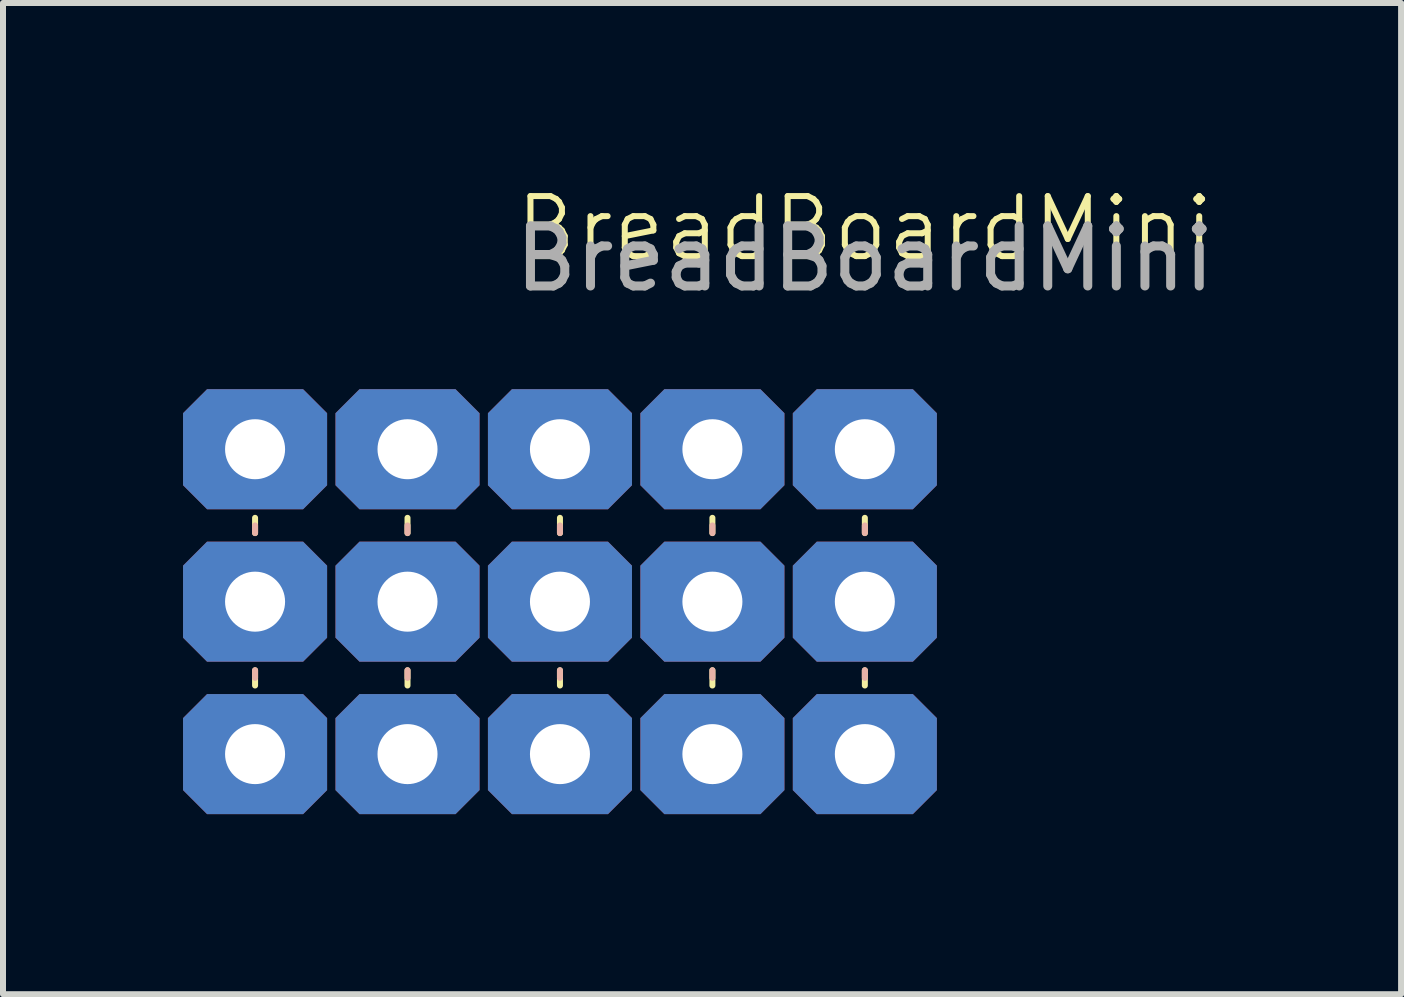
<source format=kicad_pcb>
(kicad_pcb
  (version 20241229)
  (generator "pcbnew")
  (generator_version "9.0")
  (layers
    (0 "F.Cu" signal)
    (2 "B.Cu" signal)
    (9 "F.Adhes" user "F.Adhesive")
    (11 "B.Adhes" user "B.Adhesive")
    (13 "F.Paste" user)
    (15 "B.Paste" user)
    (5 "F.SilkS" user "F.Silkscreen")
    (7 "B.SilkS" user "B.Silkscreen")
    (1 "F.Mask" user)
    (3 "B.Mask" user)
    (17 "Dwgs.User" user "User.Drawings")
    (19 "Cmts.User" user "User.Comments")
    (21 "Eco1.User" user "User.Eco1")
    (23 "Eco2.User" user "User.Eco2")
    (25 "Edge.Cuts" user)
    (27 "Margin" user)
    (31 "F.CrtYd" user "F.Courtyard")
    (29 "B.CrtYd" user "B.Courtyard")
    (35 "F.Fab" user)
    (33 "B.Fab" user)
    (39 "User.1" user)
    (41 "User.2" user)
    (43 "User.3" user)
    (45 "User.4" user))
  (footprint "BreadBoardMini"
    (layer "F.Cu")
    (at 6.28 2.53)
    (property "Reference" "BreadBoardMini" (at 5.08 -1.77 0) (unlocked yes) (layer "F.SilkS") (effects (font (size 1 1) (thickness 0.1))))
    (attr through_hole)
    (fp_line (start -5.08 3.048) (end -5.08 3.302) (stroke (width 0.1) (type default)) (layer "F.SilkS"))
    (fp_line (start -5.08 5.842) (end -5.08 5.588) (stroke (width 0.1) (type default)) (layer "F.SilkS"))
    (fp_line (start -2.54 3.048) (end -2.54 3.302) (stroke (width 0.1) (type default)) (layer "F.SilkS"))
    (fp_line (start -2.54 5.842) (end -2.54 5.588) (stroke (width 0.1) (type default)) (layer "F.SilkS"))
    (fp_line (start 0 3.048) (end 0 3.302) (stroke (width 0.1) (type default)) (layer "F.SilkS"))
    (fp_line (start 0 5.842) (end 0 5.588) (stroke (width 0.1) (type default)) (layer "F.SilkS"))
    (fp_line (start 2.54 3.048) (end 2.54 3.302) (stroke (width 0.1) (type default)) (layer "F.SilkS"))
    (fp_line (start 2.54 5.842) (end 2.54 5.588) (stroke (width 0.1) (type default)) (layer "F.SilkS"))
    (fp_line (start 5.08 3.048) (end 5.08 3.302) (stroke (width 0.1) (type default)) (layer "F.SilkS"))
    (fp_line (start 5.08 5.842) (end 5.08 5.588) (stroke (width 0.1) (type default)) (layer "F.SilkS"))
    (fp_line (start -5.08 3.175) (end -5.08 3.302) (stroke (width 0.1) (type default)) (layer "B.SilkS"))
    (fp_line (start -5.08 5.715) (end -5.08 5.588) (stroke (width 0.1) (type default)) (layer "B.SilkS"))
    (fp_line (start -2.54 3.175) (end -2.54 3.302) (stroke (width 0.1) (type default)) (layer "B.SilkS"))
    (fp_line (start -2.54 5.715) (end -2.54 5.588) (stroke (width 0.1) (type default)) (layer "B.SilkS"))
    (fp_line (start 0 3.175) (end 0 3.302) (stroke (width 0.1) (type default)) (layer "B.SilkS"))
    (fp_line (start 0 5.715) (end 0 5.588) (stroke (width 0.1) (type default)) (layer "B.SilkS"))
    (fp_line (start 2.54 3.175) (end 2.54 3.302) (stroke (width 0.1) (type default)) (layer "B.SilkS"))
    (fp_line (start 2.54 5.715) (end 2.54 5.588) (stroke (width 0.1) (type default)) (layer "B.SilkS"))
    (fp_line (start 5.08 3.175) (end 5.08 3.302) (stroke (width 0.1) (type default)) (layer "B.SilkS"))
    (fp_line (start 5.08 5.715) (end 5.08 5.588) (stroke (width 0.1) (type default)) (layer "B.SilkS"))
    (fp_text user "${REFERENCE}" (at 5.08 -1.27 0) (unlocked yes) (layer "F.Fab") (effects (font (size 1 1) (thickness 0.15))))
    (pad "1" thru_hole roundrect (at -5.08 1.905) (size 2.4 2) (drill 1) (layers "*.Cu" "*.Mask") (roundrect_rratio 0) (chamfer_ratio 0.2) (chamfer top_left top_right bottom_left bottom_right))
    (pad "1" thru_hole roundrect (at -5.08 4.445) (size 2.4 2) (drill 1) (layers "*.Cu" "*.Mask") (roundrect_rratio 0) (chamfer_ratio 0.2) (chamfer top_left top_right bottom_left bottom_right))
    (pad "1" thru_hole roundrect (at -5.08 6.985 180) (size 2.4 2) (drill 1) (layers "*.Cu" "*.Mask") (roundrect_rratio 0) (chamfer_ratio 0.2) (chamfer top_left top_right bottom_left bottom_right))
    (pad "2" thru_hole roundrect (at -2.54 1.905) (size 2.4 2) (drill 1) (layers "*.Cu" "*.Mask") (roundrect_rratio 0) (chamfer_ratio 0.2) (chamfer top_left top_right bottom_left bottom_right))
    (pad "2" thru_hole roundrect (at -2.54 4.445) (size 2.4 2) (drill 1) (layers "*.Cu" "*.Mask") (roundrect_rratio 0) (chamfer_ratio 0.2) (chamfer top_left top_right bottom_left bottom_right))
    (pad "2" thru_hole roundrect (at -2.54 6.985 180) (size 2.4 2) (drill 1) (layers "*.Cu" "*.Mask") (roundrect_rratio 0) (chamfer_ratio 0.2) (chamfer top_left top_right bottom_left bottom_right))
    (pad "3" thru_hole roundrect (at 0 1.905) (size 2.4 2) (drill 1) (layers "*.Cu" "*.Mask") (roundrect_rratio 0) (chamfer_ratio 0.2) (chamfer top_left top_right bottom_left bottom_right))
    (pad "3" thru_hole roundrect (at 0 4.445) (size 2.4 2) (drill 1) (layers "*.Cu" "*.Mask") (roundrect_rratio 0) (chamfer_ratio 0.2) (chamfer top_left top_right bottom_left bottom_right))
    (pad "3" thru_hole roundrect (at 0 6.985 180) (size 2.4 2) (drill 1) (layers "*.Cu" "*.Mask") (roundrect_rratio 0) (chamfer_ratio 0.2) (chamfer top_left top_right bottom_left bottom_right))
    (pad "4" thru_hole roundrect (at 2.54 1.905) (size 2.4 2) (drill 1) (layers "*.Cu" "*.Mask") (roundrect_rratio 0) (chamfer_ratio 0.2) (chamfer top_left top_right bottom_left bottom_right))
    (pad "4" thru_hole roundrect (at 2.54 4.445) (size 2.4 2) (drill 1) (layers "*.Cu" "*.Mask") (roundrect_rratio 0) (chamfer_ratio 0.2) (chamfer top_left top_right bottom_left bottom_right))
    (pad "4" thru_hole roundrect (at 2.54 6.985 180) (size 2.4 2) (drill 1) (layers "*.Cu" "*.Mask") (roundrect_rratio 0) (chamfer_ratio 0.2) (chamfer top_left top_right bottom_left bottom_right))
    (pad "5" thru_hole roundrect (at 5.08 1.905) (size 2.4 2) (drill 1) (layers "*.Cu" "*.Mask") (roundrect_rratio 0) (chamfer_ratio 0.2) (chamfer top_left top_right bottom_left bottom_right))
    (pad "5" thru_hole roundrect (at 5.08 4.445) (size 2.4 2) (drill 1) (layers "*.Cu" "*.Mask") (roundrect_rratio 0) (chamfer_ratio 0.2) (chamfer top_left top_right bottom_left bottom_right))
    (pad "5" thru_hole roundrect (at 5.08 6.985 180) (size 2.4 2) (drill 1) (layers "*.Cu" "*.Mask") (roundrect_rratio 0) (chamfer_ratio 0.2) (chamfer top_left top_right bottom_left bottom_right)))
  (gr_rect
    (start -3 -3)
    (end 20.295 13.515)
    (stroke (width 0.1) (type default))
    (fill no)
    (layer "Edge.Cuts")))
</source>
